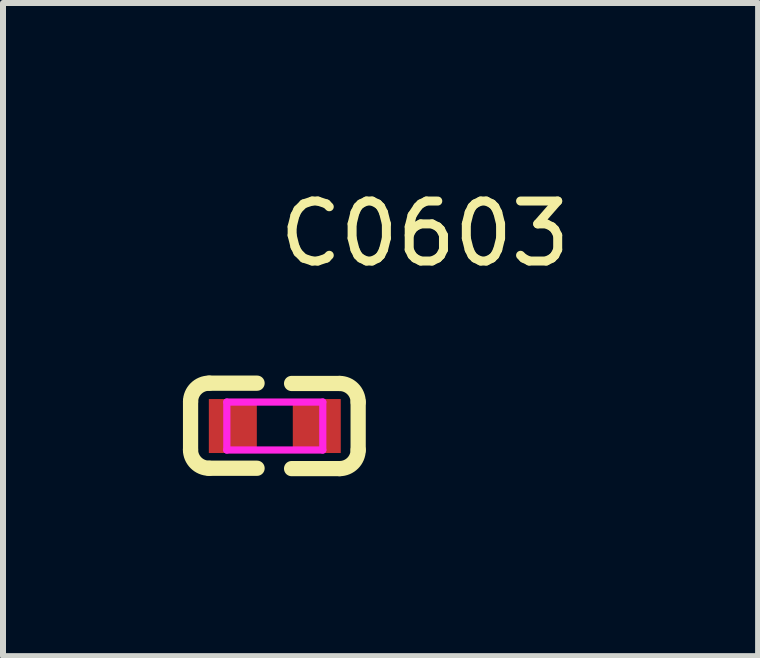
<source format=kicad_pcb>
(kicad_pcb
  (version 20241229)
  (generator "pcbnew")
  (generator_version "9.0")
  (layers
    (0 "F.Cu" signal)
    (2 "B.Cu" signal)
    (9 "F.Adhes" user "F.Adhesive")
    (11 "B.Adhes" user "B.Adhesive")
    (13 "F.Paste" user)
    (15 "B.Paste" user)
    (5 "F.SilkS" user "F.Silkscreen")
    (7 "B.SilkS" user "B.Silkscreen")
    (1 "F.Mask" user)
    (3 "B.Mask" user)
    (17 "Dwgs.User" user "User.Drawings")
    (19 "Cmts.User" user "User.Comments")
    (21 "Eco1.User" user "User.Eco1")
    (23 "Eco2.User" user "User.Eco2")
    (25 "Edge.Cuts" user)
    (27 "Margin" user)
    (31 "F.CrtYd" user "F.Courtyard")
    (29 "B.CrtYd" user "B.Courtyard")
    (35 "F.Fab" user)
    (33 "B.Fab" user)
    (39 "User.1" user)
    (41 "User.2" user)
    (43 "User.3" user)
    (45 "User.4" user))
  (footprint "C0603"
    (layer "F.Cu")
    (at 1.533 4.055)
    (property "Reference" "C0603" (at 0 -3.207 0) (layer "F.SilkS") (effects (font (size 1 1) (thickness 0.15)) (justify left)))
    (attr through_hole)
    (fp_line (start -1.405 -0.406) (end -1.405 0.394) (stroke (width 0.254) (type solid)) (layer "F.SilkS"))
    (fp_line (start -0.296 -0.715) (end -1.096 -0.715) (stroke (width 0.254) (type solid)) (layer "F.SilkS"))
    (fp_line (start -0.296 0.704) (end -1.096 0.704) (stroke (width 0.254) (type solid)) (layer "F.SilkS"))
    (fp_line (start 0.28 -0.71) (end 1.08 -0.71) (stroke (width 0.254) (type solid)) (layer "F.SilkS"))
    (fp_line (start 0.28 0.71) (end 1.08 0.71) (stroke (width 0.254) (type solid)) (layer "F.SilkS"))
    (fp_line (start 1.39 -0.4) (end 1.39 0.4) (stroke (width 0.254) (type solid)) (layer "F.SilkS"))
    (fp_arc (start -1.405 -0.406) (mid -1.314496 -0.624496) (end -1.096 -0.715) (stroke (width 0.254) (type solid)) (layer "F.SilkS"))
    (fp_arc (start -1.095975 0.704) (mid -1.315194 0.613212) (end -1.406 0.394) (stroke (width 0.254) (type solid)) (layer "F.SilkS"))
    (fp_arc (start 1.079975 -0.71) (mid 1.299194 -0.619212) (end 1.39 -0.4) (stroke (width 0.254) (type solid)) (layer "F.SilkS"))
    (fp_arc (start 1.39 0.4) (mid 1.299203 0.619203) (end 1.08 0.71) (stroke (width 0.254) (type solid)) (layer "F.SilkS"))
    (fp_circle (center -0.8 0.4) (end -0.77 0.4) (stroke (width 0.06) (type solid)) (fill no) (layer "Eco2.User"))
    (fp_poly (pts (xy -0.8 0.4) (xy -0.8 -0.4) (xy -0.5 -0.4) (xy -0.5 0.4)) (stroke (width 0.12) (type solid)) (fill no) (layer "Eco2.User"))
    (fp_poly (pts (xy 0.8 0.4) (xy 0.8 -0.4) (xy 0.5 -0.4) (xy 0.5 0.4)) (stroke (width 0.12) (type solid)) (fill no) (layer "Eco2.User"))
    (fp_line (start -0.8 -0.4) (end 0.8 -0.4) (stroke (width 0.12) (type solid)) (layer "F.CrtYd"))
    (fp_line (start -0.8 0.4) (end -0.8 -0.4) (stroke (width 0.12) (type solid)) (layer "F.CrtYd"))
    (fp_line (start 0.8 -0.4) (end 0.8 0.4) (stroke (width 0.12) (type solid)) (layer "F.CrtYd"))
    (fp_line (start 0.8 0.4) (end -0.8 0.4) (stroke (width 0.12) (type solid)) (layer "F.CrtYd"))
    (pad "1" smd rect (at -0.7 0) (size 0.8 0.9) (layers "F.Cu" "F.Mask" "F.Paste"))
    (pad "2" smd rect (at 0.7 0) (size 0.8 0.9) (layers "F.Cu" "F.Mask" "F.Paste")))
  (gr_rect
    (start -3 -3)
    (end 9.593 7.892)
    (stroke (width 0.1) (type default))
    (fill no)
    (layer "Edge.Cuts")))
</source>
